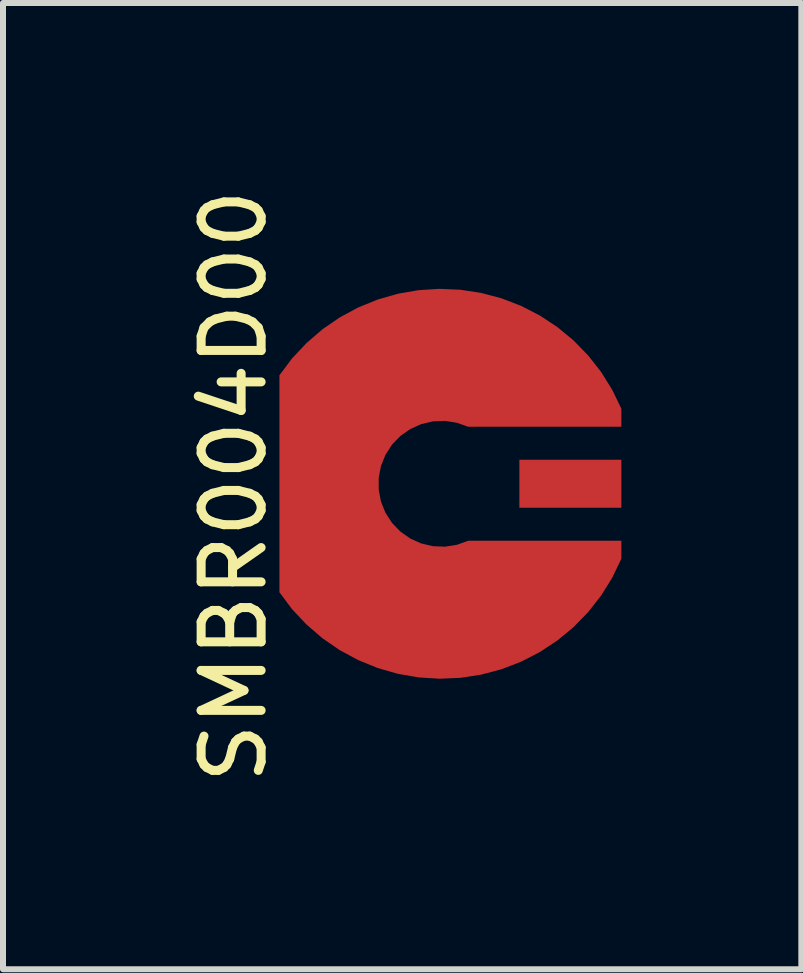
<source format=kicad_pcb>
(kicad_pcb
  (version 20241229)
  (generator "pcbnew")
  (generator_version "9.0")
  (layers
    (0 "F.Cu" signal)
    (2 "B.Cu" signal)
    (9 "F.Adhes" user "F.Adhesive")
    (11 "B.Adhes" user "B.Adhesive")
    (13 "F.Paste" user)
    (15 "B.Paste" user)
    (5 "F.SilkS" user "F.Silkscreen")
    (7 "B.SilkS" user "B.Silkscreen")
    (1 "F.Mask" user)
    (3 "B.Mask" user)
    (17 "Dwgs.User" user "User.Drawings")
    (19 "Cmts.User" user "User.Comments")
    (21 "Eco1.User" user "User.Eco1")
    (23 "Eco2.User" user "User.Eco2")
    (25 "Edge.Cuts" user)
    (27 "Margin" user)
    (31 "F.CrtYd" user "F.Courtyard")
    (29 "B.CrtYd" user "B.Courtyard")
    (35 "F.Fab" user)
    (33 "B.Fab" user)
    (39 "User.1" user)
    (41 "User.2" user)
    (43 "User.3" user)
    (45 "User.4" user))
  (footprint "SMBR004D00"
    (layer "F.Cu")
    (at 4.308 5.014)
    (property "Reference" "SMBR004D00" (at -3.46 0.04 90) (layer "F.SilkS") (effects (font (size 1 1) (thickness 0.15))))
    (attr smd)
    (pad "1" smd rect (at 2.15 0) (size 1.7 0.8) (layers "F.Cu" "F.Mask" "F.Paste"))
    (pad "2" smd custom (at 0.697 -2.046) (size 0.727 0.727) (layers "F.Cu" "F.Mask" "F.Paste") (options (anchor circle)) (primitives (gr_poly (pts (xy 2.303 2.996) (xy 2.303 3.296) (xy 2.151 3.612) (xy 1.966 3.909) (xy 1.75 4.185) (xy 1.506 4.436) (xy 1.236 4.659) (xy 0.943 4.852) (xy 0.632 5.012) (xy 0.305 5.138) (xy -0.034 5.228) (xy -0.38 5.281) (xy -0.73 5.296) (xy -1.079 5.274) (xy -1.424 5.214) (xy -1.761 5.117) (xy -2.085 4.985) (xy -2.393 4.819) (xy -2.682 4.62) (xy -2.947 4.391) (xy -3.187 4.136) (xy -3.397 3.855) (xy -3.397 0.237) (xy -3.187 -0.043) (xy -2.947 -0.298) (xy -2.682 -0.527) (xy -2.393 -0.726) (xy -2.085 -0.892) (xy -1.761 -1.024) (xy -1.424 -1.121) (xy -1.079 -1.181) (xy -0.73 -1.203) (xy -0.38 -1.188) (xy -0.034 -1.135) (xy 0.305 -1.045) (xy 0.632 -0.919) (xy 0.943 -0.759) (xy 1.236 -0.566) (xy 1.506 -0.343) (xy 1.75 -0.092) (xy 1.966 0.183) (xy 2.151 0.481) (xy 2.303 0.796) (xy 2.303 1.096) (xy -0.25 1.096) (xy -0.439 1.029) (xy -0.637 0.998) (xy -0.838 1.006) (xy -1.033 1.052) (xy -1.216 1.134) (xy -1.381 1.25) (xy -1.52 1.394) (xy -1.629 1.563) (xy -1.704 1.749) (xy -1.742 1.946) (xy -1.742 2.147) (xy -1.704 2.344) (xy -1.629 2.53) (xy -1.52 2.699) (xy -1.381 2.843) (xy -1.216 2.959) (xy -1.033 3.041) (xy -0.838 3.087) (xy -0.637 3.095) (xy -0.439 3.064) (xy -0.25 2.996)) (width 0) (fill yes)))))
  (gr_rect
    (start -3 -3)
    (end 10.308 13.107)
    (stroke (width 0.1) (type default))
    (fill no)
    (layer "Edge.Cuts")))
</source>
